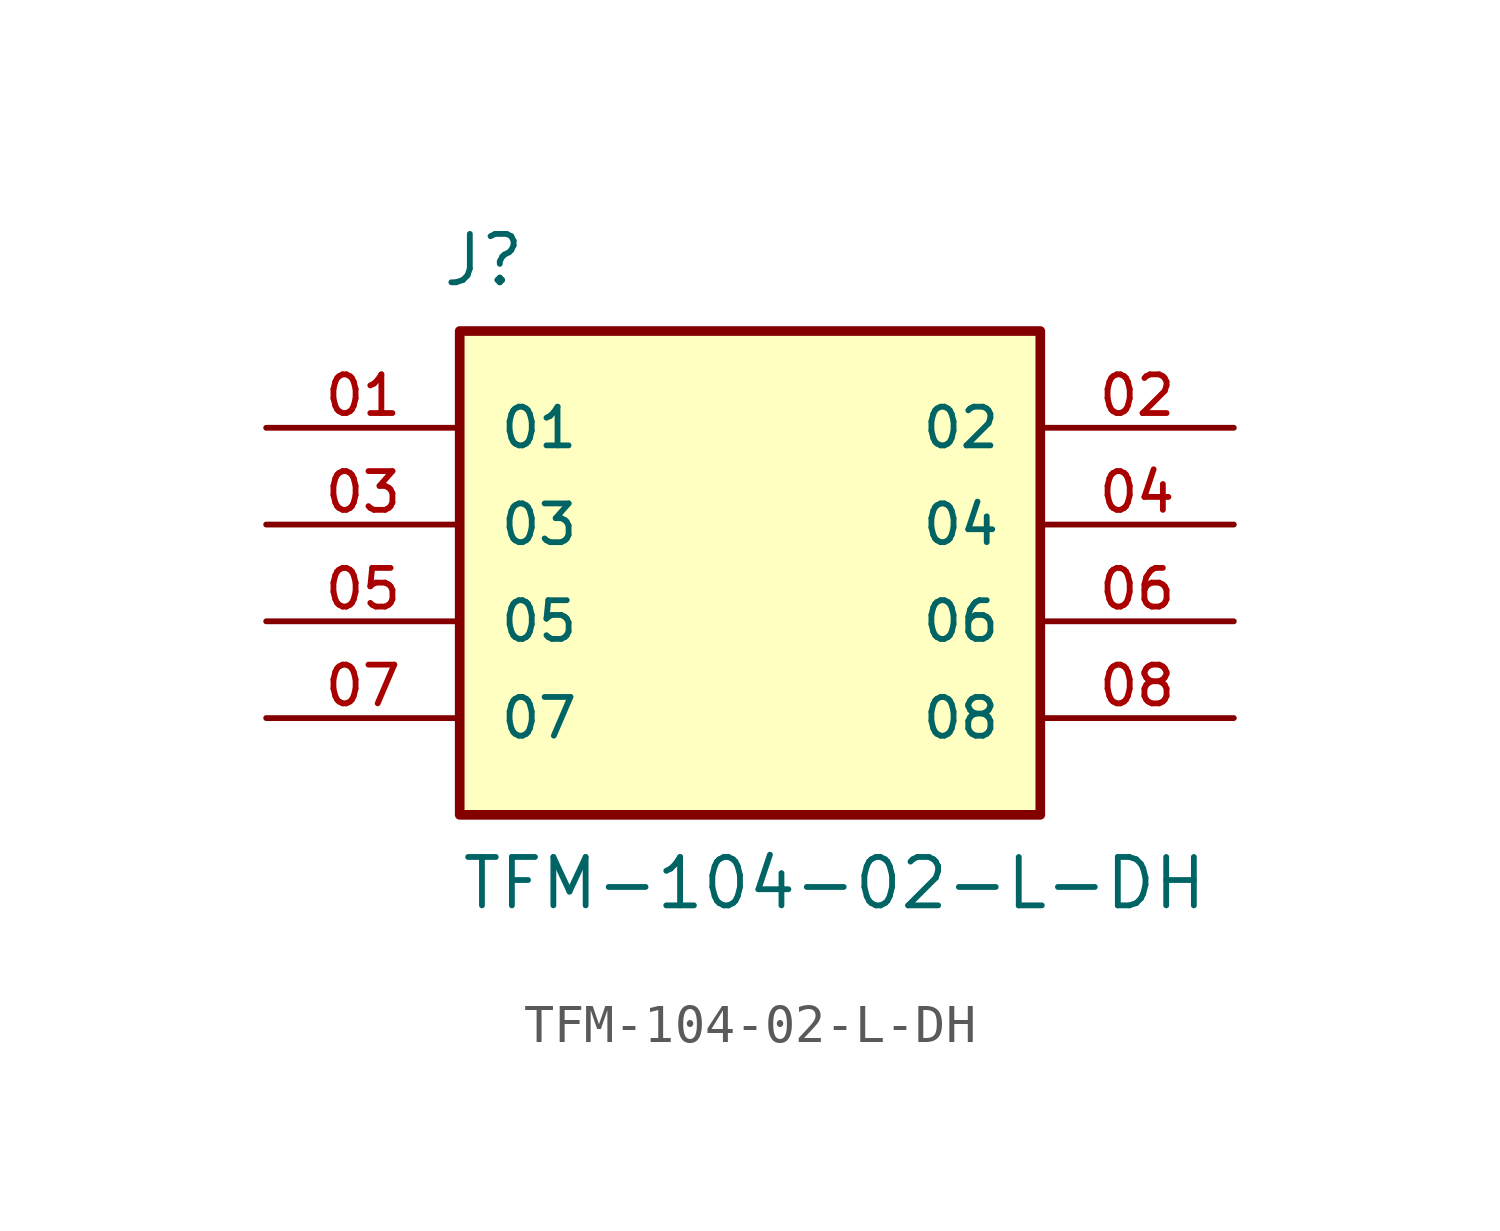
<source format=kicad_sym>
(kicad_symbol_lib
  (version 20211014)
  (generator kicad_symbol_editor)
  (symbol "TFM-104-02-L-DH"
    (pin_names
      (offset 1.016))
    (property "Reference" "J"
      (at -8.12 6.196 0)
      (effects (font (size 1.27 1.27)) (justify bottom left)))
    (property "Value" "TFM-104-02-L-DH"
      (at -7.62 -10.16 0)
      (effects (font (size 1.27 1.27)) (justify bottom left)))
    (symbol "TFM-104-02-L-DH_0_0"
      (rectangle (start -7.62 -7.62) (end 7.62 5.08) (stroke (width 0.254)) (fill (type background)))
      (pin passive line (at -12.7 2.54 0) (length 5.08) (name "01" (effects (font (size 1.016 1.016)))) (number "01" (effects (font (size 1.016 1.016)))))
      (pin passive line (at 12.7 2.54 180.0) (length 5.08) (name "02" (effects (font (size 1.016 1.016)))) (number "02" (effects (font (size 1.016 1.016)))))
      (pin passive line (at -12.7 0.0 0) (length 5.08) (name "03" (effects (font (size 1.016 1.016)))) (number "03" (effects (font (size 1.016 1.016)))))
      (pin passive line (at 12.7 0.0 180.0) (length 5.08) (name "04" (effects (font (size 1.016 1.016)))) (number "04" (effects (font (size 1.016 1.016)))))
      (pin passive line (at -12.7 -2.54 0) (length 5.08) (name "05" (effects (font (size 1.016 1.016)))) (number "05" (effects (font (size 1.016 1.016)))))
      (pin passive line (at 12.7 -2.54 180.0) (length 5.08) (name "06" (effects (font (size 1.016 1.016)))) (number "06" (effects (font (size 1.016 1.016)))))
      (pin passive line (at -12.7 -5.08 0) (length 5.08) (name "07" (effects (font (size 1.016 1.016)))) (number "07" (effects (font (size 1.016 1.016)))))
      (pin passive line (at 12.7 -5.08 180.0) (length 5.08) (name "08" (effects (font (size 1.016 1.016)))) (number "08" (effects (font (size 1.016 1.016))))))))
</source>
